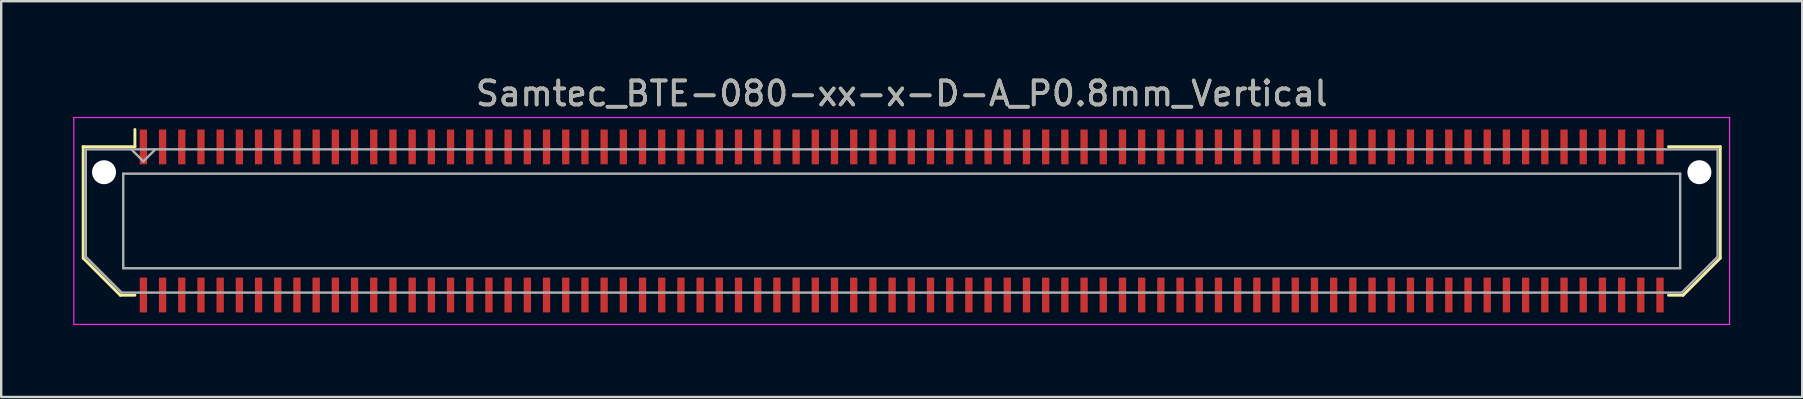
<source format=kicad_pcb>
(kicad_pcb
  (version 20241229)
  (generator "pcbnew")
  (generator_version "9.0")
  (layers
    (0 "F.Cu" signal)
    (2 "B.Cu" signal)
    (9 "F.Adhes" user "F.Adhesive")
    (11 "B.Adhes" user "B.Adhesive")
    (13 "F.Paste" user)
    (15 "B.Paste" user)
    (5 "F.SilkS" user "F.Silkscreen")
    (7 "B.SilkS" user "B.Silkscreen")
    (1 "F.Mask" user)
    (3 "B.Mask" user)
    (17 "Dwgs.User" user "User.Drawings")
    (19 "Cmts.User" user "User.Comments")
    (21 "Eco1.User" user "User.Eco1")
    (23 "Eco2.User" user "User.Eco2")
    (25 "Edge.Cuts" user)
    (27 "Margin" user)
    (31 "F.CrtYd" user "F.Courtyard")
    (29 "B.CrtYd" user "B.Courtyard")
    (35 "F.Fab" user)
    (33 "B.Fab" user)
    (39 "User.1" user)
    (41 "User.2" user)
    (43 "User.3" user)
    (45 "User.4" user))
  (footprint "Samtec_BTE-080-xx-x-D-A_P0.8mm_Vertical"
    (layer "F.Cu")
    (at 34.525 6.158)
    (property "Reference" "Samtec_BTE-080-xx-x-D-A_P0.8mm_Vertical" (at 0 -5.31 0) (layer "F.SilkS") (effects (font (size 1 1) (thickness 0.15))))
    (attr smd)
    (fp_line (start -34.11 -3.095) (end -34.11 1.548) (stroke (width 0.12) (type solid)) (layer "F.SilkS"))
    (fp_line (start -34.11 1.548) (end -32.562 3.095) (stroke (width 0.12) (type solid)) (layer "F.SilkS"))
    (fp_line (start -32.562 3.095) (end -31.953 3.095) (stroke (width 0.12) (type solid)) (layer "F.SilkS"))
    (fp_line (start -31.953 -3.811) (end -31.953 -3.095) (stroke (width 0.12) (type solid)) (layer "F.SilkS"))
    (fp_line (start -31.953 -3.095) (end -34.11 -3.095) (stroke (width 0.12) (type solid)) (layer "F.SilkS"))
    (fp_line (start 31.953 -3.095) (end 34.11 -3.095) (stroke (width 0.12) (type solid)) (layer "F.SilkS"))
    (fp_line (start 32.562 3.095) (end 31.953 3.095) (stroke (width 0.12) (type solid)) (layer "F.SilkS"))
    (fp_line (start 34.11 -3.095) (end 34.11 1.548) (stroke (width 0.12) (type solid)) (layer "F.SilkS"))
    (fp_line (start 34.11 1.548) (end 32.562 3.095) (stroke (width 0.12) (type solid)) (layer "F.SilkS"))
    (fp_line (start -34.5 -4.31) (end -34.5 4.31) (stroke (width 0.05) (type solid)) (layer "F.CrtYd"))
    (fp_line (start -34.5 4.31) (end 34.5 4.31) (stroke (width 0.05) (type solid)) (layer "F.CrtYd"))
    (fp_line (start 34.5 -4.31) (end -34.5 -4.31) (stroke (width 0.05) (type solid)) (layer "F.CrtYd"))
    (fp_line (start 34.5 4.31) (end 34.5 -4.31) (stroke (width 0.05) (type solid)) (layer "F.CrtYd"))
    (fp_line (start -34 -2.985) (end -34 1.492) (stroke (width 0.1) (type solid)) (layer "F.Fab"))
    (fp_line (start -34 -2.985) (end 34 -2.985) (stroke (width 0.1) (type solid)) (layer "F.Fab"))
    (fp_line (start -34 1.492) (end -32.508 2.985) (stroke (width 0.1) (type solid)) (layer "F.Fab"))
    (fp_line (start -32.508 2.985) (end 32.508 2.985) (stroke (width 0.1) (type solid)) (layer "F.Fab"))
    (fp_line (start -32.44 -1.97) (end -32.44 1.97) (stroke (width 0.1) (type solid)) (layer "F.Fab"))
    (fp_line (start -32.44 1.97) (end 32.44 1.97) (stroke (width 0.1) (type solid)) (layer "F.Fab"))
    (fp_line (start -31.6 -2.485) (end -32.1 -2.985) (stroke (width 0.1) (type solid)) (layer "F.Fab"))
    (fp_line (start -31.1 -2.985) (end -31.6 -2.485) (stroke (width 0.1) (type solid)) (layer "F.Fab"))
    (fp_line (start 32.44 -1.97) (end -32.44 -1.97) (stroke (width 0.1) (type solid)) (layer "F.Fab"))
    (fp_line (start 32.44 1.97) (end 32.44 -1.97) (stroke (width 0.1) (type solid)) (layer "F.Fab"))
    (fp_line (start 34 -2.985) (end 34 1.492) (stroke (width 0.1) (type solid)) (layer "F.Fab"))
    (fp_line (start 34 1.492) (end 32.508 2.985) (stroke (width 0.1) (type solid)) (layer "F.Fab"))
    (fp_text user "${REFERENCE}" (at 0 -5.31 0) (layer "F.Fab") (effects (font (size 1 1) (thickness 0.15))))
    (pad "" np_thru_hole circle (at -33.24 -2.032) (size 1 1) (drill 1) (layers "*.Cu" "*.Mask"))
    (pad "" np_thru_hole circle (at 33.24 -2.032) (size 1 1) (drill 1) (layers "*.Cu" "*.Mask"))
    (pad "1" smd rect (at -31.6 -3.086) (size 0.305 1.45) (layers "F.Cu" "F.Mask" "F.Paste"))
    (pad "2" smd rect (at -31.6 3.086) (size 0.305 1.45) (layers "F.Cu" "F.Mask" "F.Paste"))
    (pad "3" smd rect (at -30.8 -3.086) (size 0.305 1.45) (layers "F.Cu" "F.Mask" "F.Paste"))
    (pad "4" smd rect (at -30.8 3.086) (size 0.305 1.45) (layers "F.Cu" "F.Mask" "F.Paste"))
    (pad "5" smd rect (at -30 -3.086) (size 0.305 1.45) (layers "F.Cu" "F.Mask" "F.Paste"))
    (pad "6" smd rect (at -30 3.086) (size 0.305 1.45) (layers "F.Cu" "F.Mask" "F.Paste"))
    (pad "7" smd rect (at -29.2 -3.086) (size 0.305 1.45) (layers "F.Cu" "F.Mask" "F.Paste"))
    (pad "8" smd rect (at -29.2 3.086) (size 0.305 1.45) (layers "F.Cu" "F.Mask" "F.Paste"))
    (pad "9" smd rect (at -28.4 -3.086) (size 0.305 1.45) (layers "F.Cu" "F.Mask" "F.Paste"))
    (pad "10" smd rect (at -28.4 3.086) (size 0.305 1.45) (layers "F.Cu" "F.Mask" "F.Paste"))
    (pad "11" smd rect (at -27.6 -3.086) (size 0.305 1.45) (layers "F.Cu" "F.Mask" "F.Paste"))
    (pad "12" smd rect (at -27.6 3.086) (size 0.305 1.45) (layers "F.Cu" "F.Mask" "F.Paste"))
    (pad "13" smd rect (at -26.8 -3.086) (size 0.305 1.45) (layers "F.Cu" "F.Mask" "F.Paste"))
    (pad "14" smd rect (at -26.8 3.086) (size 0.305 1.45) (layers "F.Cu" "F.Mask" "F.Paste"))
    (pad "15" smd rect (at -26 -3.086) (size 0.305 1.45) (layers "F.Cu" "F.Mask" "F.Paste"))
    (pad "16" smd rect (at -26 3.086) (size 0.305 1.45) (layers "F.Cu" "F.Mask" "F.Paste"))
    (pad "17" smd rect (at -25.2 -3.086) (size 0.305 1.45) (layers "F.Cu" "F.Mask" "F.Paste"))
    (pad "18" smd rect (at -25.2 3.086) (size 0.305 1.45) (layers "F.Cu" "F.Mask" "F.Paste"))
    (pad "19" smd rect (at -24.4 -3.086) (size 0.305 1.45) (layers "F.Cu" "F.Mask" "F.Paste"))
    (pad "20" smd rect (at -24.4 3.086) (size 0.305 1.45) (layers "F.Cu" "F.Mask" "F.Paste"))
    (pad "21" smd rect (at -23.6 -3.086) (size 0.305 1.45) (layers "F.Cu" "F.Mask" "F.Paste"))
    (pad "22" smd rect (at -23.6 3.086) (size 0.305 1.45) (layers "F.Cu" "F.Mask" "F.Paste"))
    (pad "23" smd rect (at -22.8 -3.086) (size 0.305 1.45) (layers "F.Cu" "F.Mask" "F.Paste"))
    (pad "24" smd rect (at -22.8 3.086) (size 0.305 1.45) (layers "F.Cu" "F.Mask" "F.Paste"))
    (pad "25" smd rect (at -22 -3.086) (size 0.305 1.45) (layers "F.Cu" "F.Mask" "F.Paste"))
    (pad "26" smd rect (at -22 3.086) (size 0.305 1.45) (layers "F.Cu" "F.Mask" "F.Paste"))
    (pad "27" smd rect (at -21.2 -3.086) (size 0.305 1.45) (layers "F.Cu" "F.Mask" "F.Paste"))
    (pad "28" smd rect (at -21.2 3.086) (size 0.305 1.45) (layers "F.Cu" "F.Mask" "F.Paste"))
    (pad "29" smd rect (at -20.4 -3.086) (size 0.305 1.45) (layers "F.Cu" "F.Mask" "F.Paste"))
    (pad "30" smd rect (at -20.4 3.086) (size 0.305 1.45) (layers "F.Cu" "F.Mask" "F.Paste"))
    (pad "31" smd rect (at -19.6 -3.086) (size 0.305 1.45) (layers "F.Cu" "F.Mask" "F.Paste"))
    (pad "32" smd rect (at -19.6 3.086) (size 0.305 1.45) (layers "F.Cu" "F.Mask" "F.Paste"))
    (pad "33" smd rect (at -18.8 -3.086) (size 0.305 1.45) (layers "F.Cu" "F.Mask" "F.Paste"))
    (pad "34" smd rect (at -18.8 3.086) (size 0.305 1.45) (layers "F.Cu" "F.Mask" "F.Paste"))
    (pad "35" smd rect (at -18 -3.086) (size 0.305 1.45) (layers "F.Cu" "F.Mask" "F.Paste"))
    (pad "36" smd rect (at -18 3.086) (size 0.305 1.45) (layers "F.Cu" "F.Mask" "F.Paste"))
    (pad "37" smd rect (at -17.2 -3.086) (size 0.305 1.45) (layers "F.Cu" "F.Mask" "F.Paste"))
    (pad "38" smd rect (at -17.2 3.086) (size 0.305 1.45) (layers "F.Cu" "F.Mask" "F.Paste"))
    (pad "39" smd rect (at -16.4 -3.086) (size 0.305 1.45) (layers "F.Cu" "F.Mask" "F.Paste"))
    (pad "40" smd rect (at -16.4 3.086) (size 0.305 1.45) (layers "F.Cu" "F.Mask" "F.Paste"))
    (pad "41" smd rect (at -15.6 -3.086) (size 0.305 1.45) (layers "F.Cu" "F.Mask" "F.Paste"))
    (pad "42" smd rect (at -15.6 3.086) (size 0.305 1.45) (layers "F.Cu" "F.Mask" "F.Paste"))
    (pad "43" smd rect (at -14.8 -3.086) (size 0.305 1.45) (layers "F.Cu" "F.Mask" "F.Paste"))
    (pad "44" smd rect (at -14.8 3.086) (size 0.305 1.45) (layers "F.Cu" "F.Mask" "F.Paste"))
    (pad "45" smd rect (at -14 -3.086) (size 0.305 1.45) (layers "F.Cu" "F.Mask" "F.Paste"))
    (pad "46" smd rect (at -14 3.086) (size 0.305 1.45) (layers "F.Cu" "F.Mask" "F.Paste"))
    (pad "47" smd rect (at -13.2 -3.086) (size 0.305 1.45) (layers "F.Cu" "F.Mask" "F.Paste"))
    (pad "48" smd rect (at -13.2 3.086) (size 0.305 1.45) (layers "F.Cu" "F.Mask" "F.Paste"))
    (pad "49" smd rect (at -12.4 -3.086) (size 0.305 1.45) (layers "F.Cu" "F.Mask" "F.Paste"))
    (pad "50" smd rect (at -12.4 3.086) (size 0.305 1.45) (layers "F.Cu" "F.Mask" "F.Paste"))
    (pad "51" smd rect (at -11.6 -3.086) (size 0.305 1.45) (layers "F.Cu" "F.Mask" "F.Paste"))
    (pad "52" smd rect (at -11.6 3.086) (size 0.305 1.45) (layers "F.Cu" "F.Mask" "F.Paste"))
    (pad "53" smd rect (at -10.8 -3.086) (size 0.305 1.45) (layers "F.Cu" "F.Mask" "F.Paste"))
    (pad "54" smd rect (at -10.8 3.086) (size 0.305 1.45) (layers "F.Cu" "F.Mask" "F.Paste"))
    (pad "55" smd rect (at -10 -3.086) (size 0.305 1.45) (layers "F.Cu" "F.Mask" "F.Paste"))
    (pad "56" smd rect (at -10 3.086) (size 0.305 1.45) (layers "F.Cu" "F.Mask" "F.Paste"))
    (pad "57" smd rect (at -9.2 -3.086) (size 0.305 1.45) (layers "F.Cu" "F.Mask" "F.Paste"))
    (pad "58" smd rect (at -9.2 3.086) (size 0.305 1.45) (layers "F.Cu" "F.Mask" "F.Paste"))
    (pad "59" smd rect (at -8.4 -3.086) (size 0.305 1.45) (layers "F.Cu" "F.Mask" "F.Paste"))
    (pad "60" smd rect (at -8.4 3.086) (size 0.305 1.45) (layers "F.Cu" "F.Mask" "F.Paste"))
    (pad "61" smd rect (at -7.6 -3.086) (size 0.305 1.45) (layers "F.Cu" "F.Mask" "F.Paste"))
    (pad "62" smd rect (at -7.6 3.086) (size 0.305 1.45) (layers "F.Cu" "F.Mask" "F.Paste"))
    (pad "63" smd rect (at -6.8 -3.086) (size 0.305 1.45) (layers "F.Cu" "F.Mask" "F.Paste"))
    (pad "64" smd rect (at -6.8 3.086) (size 0.305 1.45) (layers "F.Cu" "F.Mask" "F.Paste"))
    (pad "65" smd rect (at -6 -3.086) (size 0.305 1.45) (layers "F.Cu" "F.Mask" "F.Paste"))
    (pad "66" smd rect (at -6 3.086) (size 0.305 1.45) (layers "F.Cu" "F.Mask" "F.Paste"))
    (pad "67" smd rect (at -5.2 -3.086) (size 0.305 1.45) (layers "F.Cu" "F.Mask" "F.Paste"))
    (pad "68" smd rect (at -5.2 3.086) (size 0.305 1.45) (layers "F.Cu" "F.Mask" "F.Paste"))
    (pad "69" smd rect (at -4.4 -3.086) (size 0.305 1.45) (layers "F.Cu" "F.Mask" "F.Paste"))
    (pad "70" smd rect (at -4.4 3.086) (size 0.305 1.45) (layers "F.Cu" "F.Mask" "F.Paste"))
    (pad "71" smd rect (at -3.6 -3.086) (size 0.305 1.45) (layers "F.Cu" "F.Mask" "F.Paste"))
    (pad "72" smd rect (at -3.6 3.086) (size 0.305 1.45) (layers "F.Cu" "F.Mask" "F.Paste"))
    (pad "73" smd rect (at -2.8 -3.086) (size 0.305 1.45) (layers "F.Cu" "F.Mask" "F.Paste"))
    (pad "74" smd rect (at -2.8 3.086) (size 0.305 1.45) (layers "F.Cu" "F.Mask" "F.Paste"))
    (pad "75" smd rect (at -2 -3.086) (size 0.305 1.45) (layers "F.Cu" "F.Mask" "F.Paste"))
    (pad "76" smd rect (at -2 3.086) (size 0.305 1.45) (layers "F.Cu" "F.Mask" "F.Paste"))
    (pad "77" smd rect (at -1.2 -3.086) (size 0.305 1.45) (layers "F.Cu" "F.Mask" "F.Paste"))
    (pad "78" smd rect (at -1.2 3.086) (size 0.305 1.45) (layers "F.Cu" "F.Mask" "F.Paste"))
    (pad "79" smd rect (at -0.4 -3.086) (size 0.305 1.45) (layers "F.Cu" "F.Mask" "F.Paste"))
    (pad "80" smd rect (at -0.4 3.086) (size 0.305 1.45) (layers "F.Cu" "F.Mask" "F.Paste"))
    (pad "81" smd rect (at 0.4 -3.086) (size 0.305 1.45) (layers "F.Cu" "F.Mask" "F.Paste"))
    (pad "82" smd rect (at 0.4 3.086) (size 0.305 1.45) (layers "F.Cu" "F.Mask" "F.Paste"))
    (pad "83" smd rect (at 1.2 -3.086) (size 0.305 1.45) (layers "F.Cu" "F.Mask" "F.Paste"))
    (pad "84" smd rect (at 1.2 3.086) (size 0.305 1.45) (layers "F.Cu" "F.Mask" "F.Paste"))
    (pad "85" smd rect (at 2 -3.086) (size 0.305 1.45) (layers "F.Cu" "F.Mask" "F.Paste"))
    (pad "86" smd rect (at 2 3.086) (size 0.305 1.45) (layers "F.Cu" "F.Mask" "F.Paste"))
    (pad "87" smd rect (at 2.8 -3.086) (size 0.305 1.45) (layers "F.Cu" "F.Mask" "F.Paste"))
    (pad "88" smd rect (at 2.8 3.086) (size 0.305 1.45) (layers "F.Cu" "F.Mask" "F.Paste"))
    (pad "89" smd rect (at 3.6 -3.086) (size 0.305 1.45) (layers "F.Cu" "F.Mask" "F.Paste"))
    (pad "90" smd rect (at 3.6 3.086) (size 0.305 1.45) (layers "F.Cu" "F.Mask" "F.Paste"))
    (pad "91" smd rect (at 4.4 -3.086) (size 0.305 1.45) (layers "F.Cu" "F.Mask" "F.Paste"))
    (pad "92" smd rect (at 4.4 3.086) (size 0.305 1.45) (layers "F.Cu" "F.Mask" "F.Paste"))
    (pad "93" smd rect (at 5.2 -3.086) (size 0.305 1.45) (layers "F.Cu" "F.Mask" "F.Paste"))
    (pad "94" smd rect (at 5.2 3.086) (size 0.305 1.45) (layers "F.Cu" "F.Mask" "F.Paste"))
    (pad "95" smd rect (at 6 -3.086) (size 0.305 1.45) (layers "F.Cu" "F.Mask" "F.Paste"))
    (pad "96" smd rect (at 6 3.086) (size 0.305 1.45) (layers "F.Cu" "F.Mask" "F.Paste"))
    (pad "97" smd rect (at 6.8 -3.086) (size 0.305 1.45) (layers "F.Cu" "F.Mask" "F.Paste"))
    (pad "98" smd rect (at 6.8 3.086) (size 0.305 1.45) (layers "F.Cu" "F.Mask" "F.Paste"))
    (pad "99" smd rect (at 7.6 -3.086) (size 0.305 1.45) (layers "F.Cu" "F.Mask" "F.Paste"))
    (pad "100" smd rect (at 7.6 3.086) (size 0.305 1.45) (layers "F.Cu" "F.Mask" "F.Paste"))
    (pad "101" smd rect (at 8.4 -3.086) (size 0.305 1.45) (layers "F.Cu" "F.Mask" "F.Paste"))
    (pad "102" smd rect (at 8.4 3.086) (size 0.305 1.45) (layers "F.Cu" "F.Mask" "F.Paste"))
    (pad "103" smd rect (at 9.2 -3.086) (size 0.305 1.45) (layers "F.Cu" "F.Mask" "F.Paste"))
    (pad "104" smd rect (at 9.2 3.086) (size 0.305 1.45) (layers "F.Cu" "F.Mask" "F.Paste"))
    (pad "105" smd rect (at 10 -3.086) (size 0.305 1.45) (layers "F.Cu" "F.Mask" "F.Paste"))
    (pad "106" smd rect (at 10 3.086) (size 0.305 1.45) (layers "F.Cu" "F.Mask" "F.Paste"))
    (pad "107" smd rect (at 10.8 -3.086) (size 0.305 1.45) (layers "F.Cu" "F.Mask" "F.Paste"))
    (pad "108" smd rect (at 10.8 3.086) (size 0.305 1.45) (layers "F.Cu" "F.Mask" "F.Paste"))
    (pad "109" smd rect (at 11.6 -3.086) (size 0.305 1.45) (layers "F.Cu" "F.Mask" "F.Paste"))
    (pad "110" smd rect (at 11.6 3.086) (size 0.305 1.45) (layers "F.Cu" "F.Mask" "F.Paste"))
    (pad "111" smd rect (at 12.4 -3.086) (size 0.305 1.45) (layers "F.Cu" "F.Mask" "F.Paste"))
    (pad "112" smd rect (at 12.4 3.086) (size 0.305 1.45) (layers "F.Cu" "F.Mask" "F.Paste"))
    (pad "113" smd rect (at 13.2 -3.086) (size 0.305 1.45) (layers "F.Cu" "F.Mask" "F.Paste"))
    (pad "114" smd rect (at 13.2 3.086) (size 0.305 1.45) (layers "F.Cu" "F.Mask" "F.Paste"))
    (pad "115" smd rect (at 14 -3.086) (size 0.305 1.45) (layers "F.Cu" "F.Mask" "F.Paste"))
    (pad "116" smd rect (at 14 3.086) (size 0.305 1.45) (layers "F.Cu" "F.Mask" "F.Paste"))
    (pad "117" smd rect (at 14.8 -3.086) (size 0.305 1.45) (layers "F.Cu" "F.Mask" "F.Paste"))
    (pad "118" smd rect (at 14.8 3.086) (size 0.305 1.45) (layers "F.Cu" "F.Mask" "F.Paste"))
    (pad "119" smd rect (at 15.6 -3.086) (size 0.305 1.45) (layers "F.Cu" "F.Mask" "F.Paste"))
    (pad "120" smd rect (at 15.6 3.086) (size 0.305 1.45) (layers "F.Cu" "F.Mask" "F.Paste"))
    (pad "121" smd rect (at 16.4 -3.086) (size 0.305 1.45) (layers "F.Cu" "F.Mask" "F.Paste"))
    (pad "122" smd rect (at 16.4 3.086) (size 0.305 1.45) (layers "F.Cu" "F.Mask" "F.Paste"))
    (pad "123" smd rect (at 17.2 -3.086) (size 0.305 1.45) (layers "F.Cu" "F.Mask" "F.Paste"))
    (pad "124" smd rect (at 17.2 3.086) (size 0.305 1.45) (layers "F.Cu" "F.Mask" "F.Paste"))
    (pad "125" smd rect (at 18 -3.086) (size 0.305 1.45) (layers "F.Cu" "F.Mask" "F.Paste"))
    (pad "126" smd rect (at 18 3.086) (size 0.305 1.45) (layers "F.Cu" "F.Mask" "F.Paste"))
    (pad "127" smd rect (at 18.8 -3.086) (size 0.305 1.45) (layers "F.Cu" "F.Mask" "F.Paste"))
    (pad "128" smd rect (at 18.8 3.086) (size 0.305 1.45) (layers "F.Cu" "F.Mask" "F.Paste"))
    (pad "129" smd rect (at 19.6 -3.086) (size 0.305 1.45) (layers "F.Cu" "F.Mask" "F.Paste"))
    (pad "130" smd rect (at 19.6 3.086) (size 0.305 1.45) (layers "F.Cu" "F.Mask" "F.Paste"))
    (pad "131" smd rect (at 20.4 -3.086) (size 0.305 1.45) (layers "F.Cu" "F.Mask" "F.Paste"))
    (pad "132" smd rect (at 20.4 3.086) (size 0.305 1.45) (layers "F.Cu" "F.Mask" "F.Paste"))
    (pad "133" smd rect (at 21.2 -3.086) (size 0.305 1.45) (layers "F.Cu" "F.Mask" "F.Paste"))
    (pad "134" smd rect (at 21.2 3.086) (size 0.305 1.45) (layers "F.Cu" "F.Mask" "F.Paste"))
    (pad "135" smd rect (at 22 -3.086) (size 0.305 1.45) (layers "F.Cu" "F.Mask" "F.Paste"))
    (pad "136" smd rect (at 22 3.086) (size 0.305 1.45) (layers "F.Cu" "F.Mask" "F.Paste"))
    (pad "137" smd rect (at 22.8 -3.086) (size 0.305 1.45) (layers "F.Cu" "F.Mask" "F.Paste"))
    (pad "138" smd rect (at 22.8 3.086) (size 0.305 1.45) (layers "F.Cu" "F.Mask" "F.Paste"))
    (pad "139" smd rect (at 23.6 -3.086) (size 0.305 1.45) (layers "F.Cu" "F.Mask" "F.Paste"))
    (pad "140" smd rect (at 23.6 3.086) (size 0.305 1.45) (layers "F.Cu" "F.Mask" "F.Paste"))
    (pad "141" smd rect (at 24.4 -3.086) (size 0.305 1.45) (layers "F.Cu" "F.Mask" "F.Paste"))
    (pad "142" smd rect (at 24.4 3.086) (size 0.305 1.45) (layers "F.Cu" "F.Mask" "F.Paste"))
    (pad "143" smd rect (at 25.2 -3.086) (size 0.305 1.45) (layers "F.Cu" "F.Mask" "F.Paste"))
    (pad "144" smd rect (at 25.2 3.086) (size 0.305 1.45) (layers "F.Cu" "F.Mask" "F.Paste"))
    (pad "145" smd rect (at 26 -3.086) (size 0.305 1.45) (layers "F.Cu" "F.Mask" "F.Paste"))
    (pad "146" smd rect (at 26 3.086) (size 0.305 1.45) (layers "F.Cu" "F.Mask" "F.Paste"))
    (pad "147" smd rect (at 26.8 -3.086) (size 0.305 1.45) (layers "F.Cu" "F.Mask" "F.Paste"))
    (pad "148" smd rect (at 26.8 3.086) (size 0.305 1.45) (layers "F.Cu" "F.Mask" "F.Paste"))
    (pad "149" smd rect (at 27.6 -3.086) (size 0.305 1.45) (layers "F.Cu" "F.Mask" "F.Paste"))
    (pad "150" smd rect (at 27.6 3.086) (size 0.305 1.45) (layers "F.Cu" "F.Mask" "F.Paste"))
    (pad "151" smd rect (at 28.4 -3.086) (size 0.305 1.45) (layers "F.Cu" "F.Mask" "F.Paste"))
    (pad "152" smd rect (at 28.4 3.086) (size 0.305 1.45) (layers "F.Cu" "F.Mask" "F.Paste"))
    (pad "153" smd rect (at 29.2 -3.086) (size 0.305 1.45) (layers "F.Cu" "F.Mask" "F.Paste"))
    (pad "154" smd rect (at 29.2 3.086) (size 0.305 1.45) (layers "F.Cu" "F.Mask" "F.Paste"))
    (pad "155" smd rect (at 30 -3.086) (size 0.305 1.45) (layers "F.Cu" "F.Mask" "F.Paste"))
    (pad "156" smd rect (at 30 3.086) (size 0.305 1.45) (layers "F.Cu" "F.Mask" "F.Paste"))
    (pad "157" smd rect (at 30.8 -3.086) (size 0.305 1.45) (layers "F.Cu" "F.Mask" "F.Paste"))
    (pad "158" smd rect (at 30.8 3.086) (size 0.305 1.45) (layers "F.Cu" "F.Mask" "F.Paste"))
    (pad "159" smd rect (at 31.6 -3.086) (size 0.305 1.45) (layers "F.Cu" "F.Mask" "F.Paste"))
    (pad "160" smd rect (at 31.6 3.086) (size 0.305 1.45) (layers "F.Cu" "F.Mask" "F.Paste")))
  (gr_rect
    (start -3 -3)
    (end 72.05 13.493)
    (stroke (width 0.1) (type default))
    (fill no)
    (layer "Edge.Cuts")))
</source>
